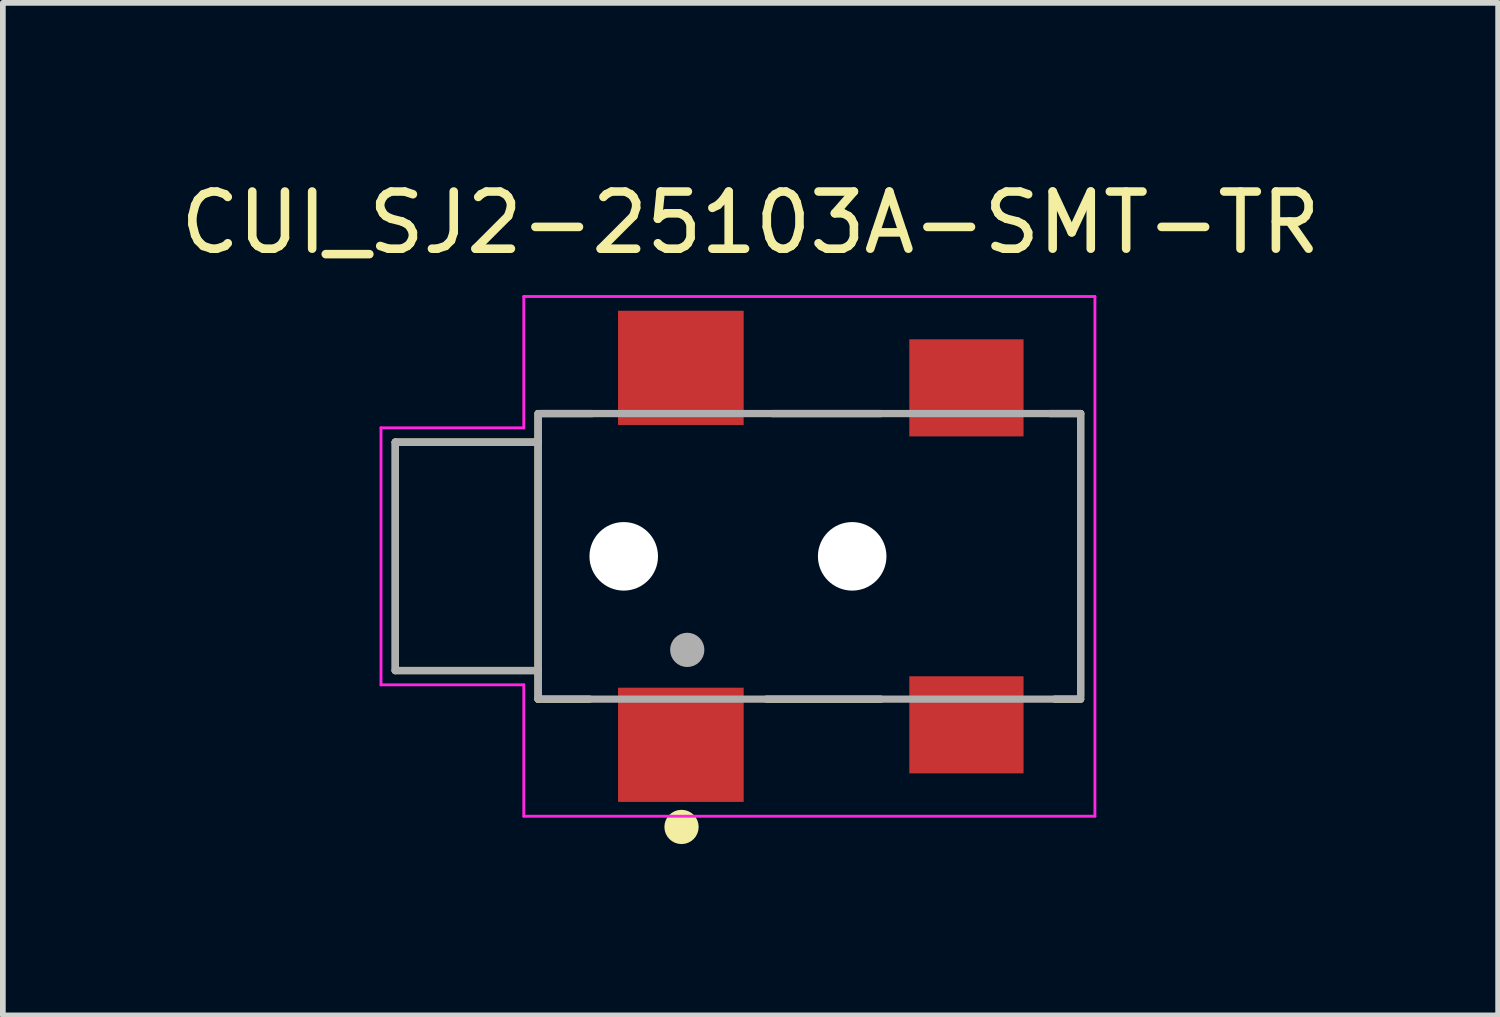
<source format=kicad_pcb>
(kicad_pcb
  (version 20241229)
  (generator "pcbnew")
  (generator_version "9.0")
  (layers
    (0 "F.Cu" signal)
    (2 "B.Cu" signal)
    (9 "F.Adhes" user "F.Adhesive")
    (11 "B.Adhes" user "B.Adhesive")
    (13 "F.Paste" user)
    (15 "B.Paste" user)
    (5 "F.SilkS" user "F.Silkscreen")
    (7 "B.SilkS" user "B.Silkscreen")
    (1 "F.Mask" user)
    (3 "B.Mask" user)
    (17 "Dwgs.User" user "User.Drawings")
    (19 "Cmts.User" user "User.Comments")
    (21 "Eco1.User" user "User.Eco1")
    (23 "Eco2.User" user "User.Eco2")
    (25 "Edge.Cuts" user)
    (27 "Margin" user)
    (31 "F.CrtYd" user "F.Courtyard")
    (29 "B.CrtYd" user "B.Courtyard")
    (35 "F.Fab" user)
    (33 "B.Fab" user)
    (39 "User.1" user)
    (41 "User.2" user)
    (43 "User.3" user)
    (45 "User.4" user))
  (footprint "CUI_SJ2-25103A-SMT-TR"
    (layer "F.Cu")
    (at 9.871 6.691)
    (property "Reference" "CUI_SJ2-25103A-SMT-TR" (at 0.219 -5.842 0) (layer "F.SilkS") (effects (font (size 1.001 1.001) (thickness 0.15))))
    (attr smd)
    (fp_line (start -6 -2) (end -6 2) (stroke (width 0.127) (type solid)) (layer "F.SilkS"))
    (fp_line (start -6 2) (end -3.5 2) (stroke (width 0.127) (type solid)) (layer "F.SilkS"))
    (fp_line (start -3.5 -2) (end -6 -2) (stroke (width 0.127) (type solid)) (layer "F.SilkS"))
    (fp_line (start -3.5 -2) (end -3.5 -2.5) (stroke (width 0.127) (type solid)) (layer "F.SilkS"))
    (fp_line (start -3.5 2) (end -3.5 -2) (stroke (width 0.127) (type solid)) (layer "F.SilkS"))
    (fp_line (start -3.5 2.5) (end -3.5 2) (stroke (width 0.127) (type solid)) (layer "F.SilkS"))
    (fp_line (start -3.5 2.5) (end -2.6 2.5) (stroke (width 0.127) (type solid)) (layer "F.SilkS"))
    (fp_line (start -3.45 -2.5) (end -2.55 -2.5) (stroke (width 0.127) (type solid)) (layer "F.SilkS"))
    (fp_line (start 0.5 2.5) (end 2.5 2.5) (stroke (width 0.127) (type solid)) (layer "F.SilkS"))
    (fp_line (start 0.6 -2.5) (end 2.5 -2.5) (stroke (width 0.127) (type solid)) (layer "F.SilkS"))
    (fp_line (start 5.463 -2.5) (end 6 -2.5) (stroke (width 0.127) (type solid)) (layer "F.SilkS"))
    (fp_line (start 5.55 2.5) (end 6 2.5) (stroke (width 0.127) (type solid)) (layer "F.SilkS"))
    (fp_line (start 6 -2.5) (end 6 2.45) (stroke (width 0.127) (type solid)) (layer "F.SilkS"))
    (fp_circle (center -0.988 4.738) (end -0.838 4.738) (stroke (width 0.3) (type solid)) (fill no) (layer "F.SilkS"))
    (fp_line (start -6.25 -2.25) (end -3.75 -2.25) (stroke (width 0.05) (type solid)) (layer "F.CrtYd"))
    (fp_line (start -6.25 2.25) (end -6.25 -2.25) (stroke (width 0.05) (type solid)) (layer "F.CrtYd"))
    (fp_line (start -3.75 -4.55) (end 6.25 -4.55) (stroke (width 0.05) (type solid)) (layer "F.CrtYd"))
    (fp_line (start -3.75 -2.25) (end -3.75 -4.55) (stroke (width 0.05) (type solid)) (layer "F.CrtYd"))
    (fp_line (start -3.75 2.25) (end -6.25 2.25) (stroke (width 0.05) (type solid)) (layer "F.CrtYd"))
    (fp_line (start -3.75 4.55) (end -3.75 2.25) (stroke (width 0.05) (type solid)) (layer "F.CrtYd"))
    (fp_line (start 6.25 -4.55) (end 6.25 4.55) (stroke (width 0.05) (type solid)) (layer "F.CrtYd"))
    (fp_line (start 6.25 4.55) (end -3.75 4.55) (stroke (width 0.05) (type solid)) (layer "F.CrtYd"))
    (fp_line (start -6 -2) (end -6 2) (stroke (width 0.127) (type solid)) (layer "F.Fab"))
    (fp_line (start -6 2) (end -3.5 2) (stroke (width 0.127) (type solid)) (layer "F.Fab"))
    (fp_line (start -3.5 -2.5) (end 6 -2.5) (stroke (width 0.127) (type solid)) (layer "F.Fab"))
    (fp_line (start -3.5 -2) (end -6 -2) (stroke (width 0.127) (type solid)) (layer "F.Fab"))
    (fp_line (start -3.5 -2) (end -3.5 -2.5) (stroke (width 0.127) (type solid)) (layer "F.Fab"))
    (fp_line (start -3.5 2) (end -3.5 -2) (stroke (width 0.127) (type solid)) (layer "F.Fab"))
    (fp_line (start -3.5 2.5) (end -3.5 2) (stroke (width 0.127) (type solid)) (layer "F.Fab"))
    (fp_line (start 6 -2.5) (end 6 2.5) (stroke (width 0.127) (type solid)) (layer "F.Fab"))
    (fp_line (start 6 2.5) (end -3.5 2.5) (stroke (width 0.127) (type solid)) (layer "F.Fab"))
    (fp_circle (center -0.888 1.638) (end -0.738 1.638) (stroke (width 0.3) (type solid)) (fill no) (layer "F.Fab"))
    (pad "" np_thru_hole circle (at -2 0) (size 1.2 1.2) (drill 1.2) (layers "*.Cu" "*.Mask"))
    (pad "" np_thru_hole circle (at 2 0) (size 1.2 1.2) (drill 1.2) (layers "*.Cu" "*.Mask"))
    (pad "1" smd rect (at -1 3.3) (size 2.2 2) (layers "F.Cu" "F.Mask" "F.Paste"))
    (pad "1.1" smd rect (at -1 -3.3) (size 2.2 2) (layers "F.Cu" "F.Mask" "F.Paste"))
    (pad "2" smd rect (at 4 2.95) (size 2 1.7) (layers "F.Cu" "F.Mask" "F.Paste"))
    (pad "3" smd rect (at 4 -2.95) (size 2 1.7) (layers "F.Cu" "F.Mask" "F.Paste")))
  (gr_rect
    (start -3 -3)
    (end 23.181 14.729)
    (stroke (width 0.1) (type default))
    (fill no)
    (layer "Edge.Cuts")))
</source>
